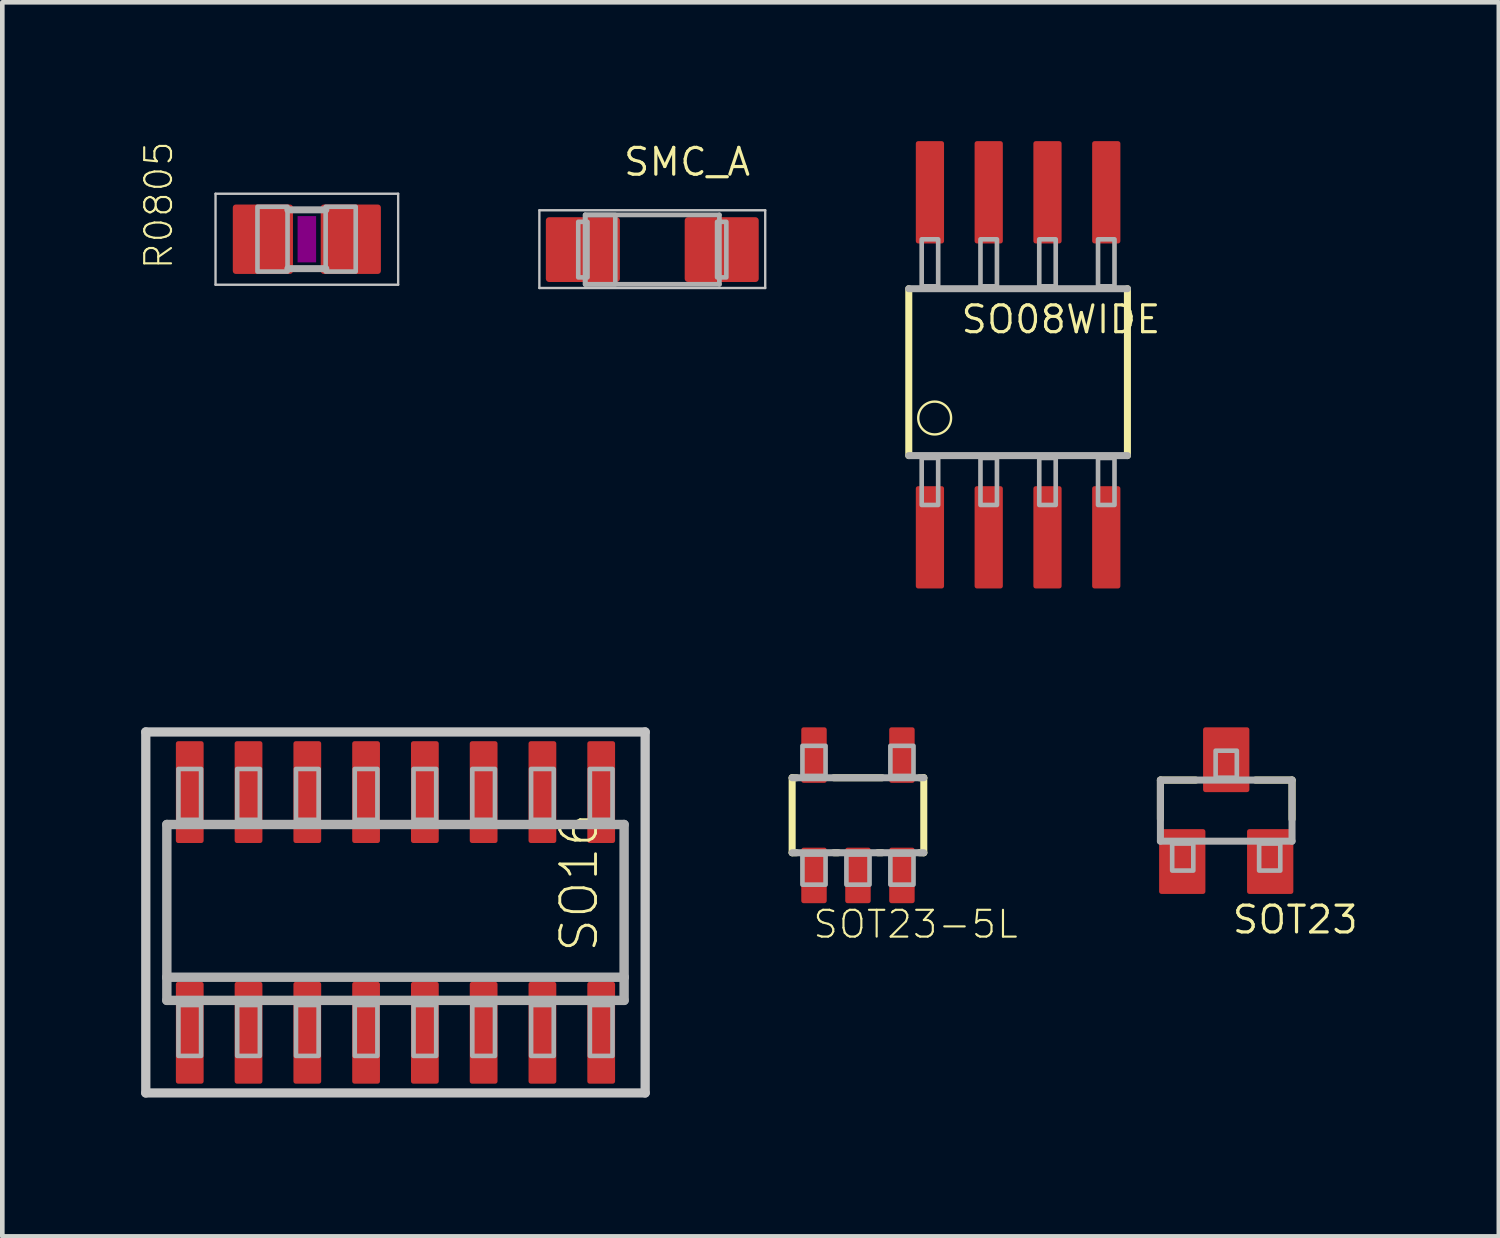
<source format=kicad_pcb>
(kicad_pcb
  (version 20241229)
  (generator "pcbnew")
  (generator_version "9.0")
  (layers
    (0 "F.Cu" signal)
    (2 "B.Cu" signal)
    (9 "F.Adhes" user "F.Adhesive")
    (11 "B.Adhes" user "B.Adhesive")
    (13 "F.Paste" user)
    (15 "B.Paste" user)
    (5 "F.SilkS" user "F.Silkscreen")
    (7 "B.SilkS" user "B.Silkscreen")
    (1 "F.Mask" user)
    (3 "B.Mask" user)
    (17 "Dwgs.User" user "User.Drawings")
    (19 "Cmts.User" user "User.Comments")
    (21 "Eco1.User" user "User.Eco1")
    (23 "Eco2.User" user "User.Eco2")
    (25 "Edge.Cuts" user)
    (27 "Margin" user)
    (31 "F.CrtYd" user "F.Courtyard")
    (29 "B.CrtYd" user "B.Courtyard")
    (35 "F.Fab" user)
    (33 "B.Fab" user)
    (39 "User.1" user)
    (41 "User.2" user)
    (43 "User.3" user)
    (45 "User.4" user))
  (footprint "SO08WIDE"
    (layer "F.Cu")
    (at 18.948 4.991)
    (property "Reference" "SO08WIDE" (at -1.27 -0.8 0) (layer "F.SilkS") (effects (font (size 0.579 0.579) (thickness 0.069)) (justify left bottom)))
    (attr through_hole)
    (fp_line (start -2.362 -1.803) (end -2.362 1.803) (stroke (width 0.152) (type solid)) (layer "F.SilkS"))
    (fp_line (start 2.362 1.803) (end 2.362 -1.803) (stroke (width 0.152) (type solid)) (layer "F.SilkS"))
    (fp_circle (center -1.803 0.991) (end -1.448 0.991) (stroke (width 0.051) (type solid)) (fill no) (layer "F.SilkS"))
    (fp_line (start -2.362 1.803) (end 2.362 1.803) (stroke (width 0.152) (type solid)) (layer "F.Fab"))
    (fp_line (start 2.362 -1.803) (end -2.362 -1.803) (stroke (width 0.152) (type solid)) (layer "F.Fab"))
    (fp_poly (pts (xy -2.083 -1.854) (xy -1.727 -1.854) (xy -1.727 -2.87) (xy -2.083 -2.87)) (stroke (width 0.1) (type solid)) (fill no) (layer "F.Fab"))
    (fp_poly (pts (xy -2.083 2.87) (xy -1.727 2.87) (xy -1.727 1.854) (xy -2.083 1.854)) (stroke (width 0.1) (type solid)) (fill no) (layer "F.Fab"))
    (fp_poly (pts (xy -0.813 -1.854) (xy -0.457 -1.854) (xy -0.457 -2.87) (xy -0.813 -2.87)) (stroke (width 0.1) (type solid)) (fill no) (layer "F.Fab"))
    (fp_poly (pts (xy -0.813 2.87) (xy -0.457 2.87) (xy -0.457 1.854) (xy -0.813 1.854)) (stroke (width 0.1) (type solid)) (fill no) (layer "F.Fab"))
    (fp_poly (pts (xy 0.457 -1.854) (xy 0.813 -1.854) (xy 0.813 -2.87) (xy 0.457 -2.87)) (stroke (width 0.1) (type solid)) (fill no) (layer "F.Fab"))
    (fp_poly (pts (xy 0.457 2.87) (xy 0.813 2.87) (xy 0.813 1.854) (xy 0.457 1.854)) (stroke (width 0.1) (type solid)) (fill no) (layer "F.Fab"))
    (fp_poly (pts (xy 1.727 -1.854) (xy 2.083 -1.854) (xy 2.083 -2.87) (xy 1.727 -2.87)) (stroke (width 0.1) (type solid)) (fill no) (layer "F.Fab"))
    (fp_poly (pts (xy 1.727 2.87) (xy 2.083 2.87) (xy 2.083 1.854) (xy 1.727 1.854)) (stroke (width 0.1) (type solid)) (fill no) (layer "F.Fab"))
    (pad "1" smd roundrect (at -1.905 3.569) (size 0.61 2.21) (layers "F.Cu" "F.Mask" "F.Paste") (roundrect_rratio 0.083))
    (pad "2" smd roundrect (at -0.635 3.569) (size 0.61 2.21) (layers "F.Cu" "F.Mask" "F.Paste") (roundrect_rratio 0.083))
    (pad "3" smd roundrect (at 0.635 3.569) (size 0.61 2.21) (layers "F.Cu" "F.Mask" "F.Paste") (roundrect_rratio 0.083))
    (pad "4" smd roundrect (at 1.905 3.569) (size 0.61 2.21) (layers "F.Cu" "F.Mask" "F.Paste") (roundrect_rratio 0.083))
    (pad "5" smd roundrect (at 1.905 -3.886) (size 0.61 2.21) (layers "F.Cu" "F.Mask" "F.Paste") (roundrect_rratio 0.083))
    (pad "6" smd roundrect (at 0.635 -3.886) (size 0.61 2.21) (layers "F.Cu" "F.Mask" "F.Paste") (roundrect_rratio 0.083))
    (pad "7" smd roundrect (at -0.635 -3.886) (size 0.61 2.21) (layers "F.Cu" "F.Mask" "F.Paste") (roundrect_rratio 0.083))
    (pad "8" smd roundrect (at -1.905 -3.886) (size 0.61 2.21) (layers "F.Cu" "F.Mask" "F.Paste") (roundrect_rratio 0.083)))
  (footprint "SOT23"
    (layer "F.Cu")
    (at 23.445 14.465)
    (property "Reference" "SOT23" (at 0.095 2.695 0) (layer "F.SilkS") (effects (font (size 0.579 0.579) (thickness 0.069)) (justify left bottom)))
    (attr through_hole)
    (fp_line (start -1.422 -0.66) (end -0.658 -0.66) (stroke (width 0.152) (type solid)) (layer "F.SilkS"))
    (fp_line (start -1.422 0.185) (end -1.422 -0.66) (stroke (width 0.152) (type solid)) (layer "F.SilkS"))
    (fp_line (start 0.633 -0.66) (end 1.422 -0.66) (stroke (width 0.152) (type solid)) (layer "F.SilkS"))
    (fp_line (start 1.422 -0.66) (end 1.422 0.185) (stroke (width 0.152) (type solid)) (layer "F.SilkS"))
    (fp_line (start -1.422 -0.66) (end 1.422 -0.66) (stroke (width 0.152) (type solid)) (layer "F.Fab"))
    (fp_line (start -1.422 0.66) (end -1.422 -0.66) (stroke (width 0.152) (type solid)) (layer "F.Fab"))
    (fp_line (start 1.422 -0.66) (end 1.422 0.66) (stroke (width 0.152) (type solid)) (layer "F.Fab"))
    (fp_line (start 1.422 0.66) (end -1.422 0.66) (stroke (width 0.152) (type solid)) (layer "F.Fab"))
    (fp_poly (pts (xy -1.168 1.295) (xy -0.711 1.295) (xy -0.711 0.711) (xy -1.168 0.711)) (stroke (width 0.1) (type solid)) (fill no) (layer "F.Fab"))
    (fp_poly (pts (xy -0.229 -0.711) (xy 0.229 -0.711) (xy 0.229 -1.295) (xy -0.229 -1.295)) (stroke (width 0.1) (type solid)) (fill no) (layer "F.Fab"))
    (fp_poly (pts (xy 0.711 1.295) (xy 1.168 1.295) (xy 1.168 0.711) (xy 0.711 0.711)) (stroke (width 0.1) (type solid)) (fill no) (layer "F.Fab"))
    (pad "1" smd roundrect (at -0.95 1.1) (size 1 1.4) (layers "F.Cu" "F.Mask" "F.Paste") (roundrect_rratio 0.051))
    (pad "2" smd roundrect (at 0.95 1.1) (size 1 1.4) (layers "F.Cu" "F.Mask" "F.Paste") (roundrect_rratio 0.051))
    (pad "3" smd roundrect (at 0 -1.1) (size 1 1.4) (layers "F.Cu" "F.Mask" "F.Paste") (roundrect_rratio 0.051)))
  (footprint "SO16"
    (layer "F.Cu")
    (at 5.495 16.665)
    (property "Reference" "SO16" (at 4.42 0.905 90) (layer "F.SilkS") (effects (font (size 0.772 0.772) (thickness 0.062)) (justify left bottom)))
    (attr through_hole)
    (fp_line (start -5.395 -3.9) (end 5.395 -3.9) (stroke (width 0.2) (type solid)) (layer "Dwgs.User"))
    (fp_line (start -5.395 3.9) (end -5.395 -3.9) (stroke (width 0.2) (type solid)) (layer "Dwgs.User"))
    (fp_line (start 5.395 -3.9) (end 5.395 3.9) (stroke (width 0.2) (type solid)) (layer "Dwgs.User"))
    (fp_line (start 5.395 3.9) (end -5.395 3.9) (stroke (width 0.2) (type solid)) (layer "Dwgs.User"))
    (fp_line (start -4.94 -1.9) (end 4.94 -1.9) (stroke (width 0.203) (type solid)) (layer "F.Fab"))
    (fp_line (start -4.94 1.4) (end -4.94 -1.9) (stroke (width 0.203) (type solid)) (layer "F.Fab"))
    (fp_line (start -4.94 1.9) (end -4.94 1.4) (stroke (width 0.203) (type solid)) (layer "F.Fab"))
    (fp_line (start 4.94 -1.9) (end 4.94 1.4) (stroke (width 0.203) (type solid)) (layer "F.Fab"))
    (fp_line (start 4.94 1.4) (end -4.94 1.4) (stroke (width 0.203) (type solid)) (layer "F.Fab"))
    (fp_line (start 4.94 1.4) (end 4.94 1.9) (stroke (width 0.203) (type solid)) (layer "F.Fab"))
    (fp_line (start 4.94 1.9) (end -4.94 1.9) (stroke (width 0.203) (type solid)) (layer "F.Fab"))
    (fp_poly (pts (xy -4.69 -2) (xy -4.2 -2) (xy -4.2 -3.1) (xy -4.69 -3.1)) (stroke (width 0.1) (type solid)) (fill no) (layer "F.Fab"))
    (fp_poly (pts (xy -4.69 3.1) (xy -4.2 3.1) (xy -4.2 2) (xy -4.69 2)) (stroke (width 0.1) (type solid)) (fill no) (layer "F.Fab"))
    (fp_poly (pts (xy -3.42 -2) (xy -2.93 -2) (xy -2.93 -3.1) (xy -3.42 -3.1)) (stroke (width 0.1) (type solid)) (fill no) (layer "F.Fab"))
    (fp_poly (pts (xy -3.42 3.1) (xy -2.93 3.1) (xy -2.93 2) (xy -3.42 2)) (stroke (width 0.1) (type solid)) (fill no) (layer "F.Fab"))
    (fp_poly (pts (xy -2.15 -2) (xy -1.66 -2) (xy -1.66 -3.1) (xy -2.15 -3.1)) (stroke (width 0.1) (type solid)) (fill no) (layer "F.Fab"))
    (fp_poly (pts (xy -2.15 3.1) (xy -1.66 3.1) (xy -1.66 2) (xy -2.15 2)) (stroke (width 0.1) (type solid)) (fill no) (layer "F.Fab"))
    (fp_poly (pts (xy -0.88 -2) (xy -0.39 -2) (xy -0.39 -3.1) (xy -0.88 -3.1)) (stroke (width 0.1) (type solid)) (fill no) (layer "F.Fab"))
    (fp_poly (pts (xy -0.88 3.1) (xy -0.39 3.1) (xy -0.39 2) (xy -0.88 2)) (stroke (width 0.1) (type solid)) (fill no) (layer "F.Fab"))
    (fp_poly (pts (xy 0.39 -2) (xy 0.88 -2) (xy 0.88 -3.1) (xy 0.39 -3.1)) (stroke (width 0.1) (type solid)) (fill no) (layer "F.Fab"))
    (fp_poly (pts (xy 0.39 3.1) (xy 0.88 3.1) (xy 0.88 2) (xy 0.39 2)) (stroke (width 0.1) (type solid)) (fill no) (layer "F.Fab"))
    (fp_poly (pts (xy 1.66 -2) (xy 2.15 -2) (xy 2.15 -3.1) (xy 1.66 -3.1)) (stroke (width 0.1) (type solid)) (fill no) (layer "F.Fab"))
    (fp_poly (pts (xy 1.66 3.1) (xy 2.15 3.1) (xy 2.15 2) (xy 1.66 2)) (stroke (width 0.1) (type solid)) (fill no) (layer "F.Fab"))
    (fp_poly (pts (xy 2.93 -2) (xy 3.42 -2) (xy 3.42 -3.1) (xy 2.93 -3.1)) (stroke (width 0.1) (type solid)) (fill no) (layer "F.Fab"))
    (fp_poly (pts (xy 2.93 3.1) (xy 3.42 3.1) (xy 3.42 2) (xy 2.93 2)) (stroke (width 0.1) (type solid)) (fill no) (layer "F.Fab"))
    (fp_poly (pts (xy 4.2 -2) (xy 4.69 -2) (xy 4.69 -3.1) (xy 4.2 -3.1)) (stroke (width 0.1) (type solid)) (fill no) (layer "F.Fab"))
    (fp_poly (pts (xy 4.2 3.1) (xy 4.69 3.1) (xy 4.69 2) (xy 4.2 2)) (stroke (width 0.1) (type solid)) (fill no) (layer "F.Fab"))
    (pad "1" smd roundrect (at -4.445 2.6) (size 0.6 2.2) (layers "F.Cu" "F.Mask" "F.Paste") (roundrect_rratio 0.085))
    (pad "2" smd roundrect (at -3.175 2.6) (size 0.6 2.2) (layers "F.Cu" "F.Mask" "F.Paste") (roundrect_rratio 0.085))
    (pad "3" smd roundrect (at -1.905 2.6) (size 0.6 2.2) (layers "F.Cu" "F.Mask" "F.Paste") (roundrect_rratio 0.085))
    (pad "4" smd roundrect (at -0.635 2.6) (size 0.6 2.2) (layers "F.Cu" "F.Mask" "F.Paste") (roundrect_rratio 0.085))
    (pad "5" smd roundrect (at 0.635 2.6) (size 0.6 2.2) (layers "F.Cu" "F.Mask" "F.Paste") (roundrect_rratio 0.085))
    (pad "6" smd roundrect (at 1.905 2.6) (size 0.6 2.2) (layers "F.Cu" "F.Mask" "F.Paste") (roundrect_rratio 0.085))
    (pad "7" smd roundrect (at 3.175 2.6) (size 0.6 2.2) (layers "F.Cu" "F.Mask" "F.Paste") (roundrect_rratio 0.085))
    (pad "8" smd roundrect (at 4.445 2.6) (size 0.6 2.2) (layers "F.Cu" "F.Mask" "F.Paste") (roundrect_rratio 0.085))
    (pad "9" smd roundrect (at 4.445 -2.6) (size 0.6 2.2) (layers "F.Cu" "F.Mask" "F.Paste") (roundrect_rratio 0.085))
    (pad "10" smd roundrect (at 3.175 -2.6) (size 0.6 2.2) (layers "F.Cu" "F.Mask" "F.Paste") (roundrect_rratio 0.085))
    (pad "11" smd roundrect (at 1.905 -2.6) (size 0.6 2.2) (layers "F.Cu" "F.Mask" "F.Paste") (roundrect_rratio 0.085))
    (pad "12" smd roundrect (at 0.635 -2.6) (size 0.6 2.2) (layers "F.Cu" "F.Mask" "F.Paste") (roundrect_rratio 0.085))
    (pad "13" smd roundrect (at -0.635 -2.6) (size 0.6 2.2) (layers "F.Cu" "F.Mask" "F.Paste") (roundrect_rratio 0.085))
    (pad "14" smd roundrect (at -1.905 -2.6) (size 0.6 2.2) (layers "F.Cu" "F.Mask" "F.Paste") (roundrect_rratio 0.085))
    (pad "15" smd roundrect (at -3.175 -2.6) (size 0.6 2.2) (layers "F.Cu" "F.Mask" "F.Paste") (roundrect_rratio 0.085))
    (pad "16" smd roundrect (at -4.445 -2.6) (size 0.6 2.2) (layers "F.Cu" "F.Mask" "F.Paste") (roundrect_rratio 0.085)))
  (footprint "SOT23-5L"
    (layer "F.Cu")
    (at 15.488 14.565)
    (property "Reference" "SOT23-5L" (at -1.005 2.695 180) (layer "F.SilkS") (effects (font (size 0.579 0.579) (thickness 0.046)) (justify left bottom)))
    (attr through_hole)
    (fp_line (start -1.422 -0.81) (end -1.328 -0.81) (stroke (width 0.152) (type solid)) (layer "F.SilkS"))
    (fp_line (start -1.422 0.81) (end -1.422 -0.81) (stroke (width 0.152) (type solid)) (layer "F.SilkS"))
    (fp_line (start -1.328 0.81) (end -1.422 0.81) (stroke (width 0.152) (type solid)) (layer "F.SilkS"))
    (fp_line (start -0.522 -0.81) (end 0.522 -0.81) (stroke (width 0.152) (type solid)) (layer "F.SilkS"))
    (fp_line (start -0.428 0.81) (end -0.522 0.81) (stroke (width 0.152) (type solid)) (layer "F.SilkS"))
    (fp_line (start 0.522 0.81) (end 0.428 0.81) (stroke (width 0.152) (type solid)) (layer "F.SilkS"))
    (fp_line (start 1.328 -0.81) (end 1.422 -0.81) (stroke (width 0.152) (type solid)) (layer "F.SilkS"))
    (fp_line (start 1.422 -0.81) (end 1.422 0.81) (stroke (width 0.152) (type solid)) (layer "F.SilkS"))
    (fp_line (start 1.422 0.81) (end 1.328 0.81) (stroke (width 0.152) (type solid)) (layer "F.SilkS"))
    (fp_line (start -1.422 -0.81) (end 1.422 -0.81) (stroke (width 0.152) (type solid)) (layer "F.Fab"))
    (fp_line (start 1.422 0.81) (end -1.422 0.81) (stroke (width 0.152) (type solid)) (layer "F.Fab"))
    (fp_poly (pts (xy -1.2 -0.85) (xy -0.7 -0.85) (xy -0.7 -1.5) (xy -1.2 -1.5)) (stroke (width 0.1) (type solid)) (fill no) (layer "F.Fab"))
    (fp_poly (pts (xy -1.2 1.5) (xy -0.7 1.5) (xy -0.7 0.85) (xy -1.2 0.85)) (stroke (width 0.1) (type solid)) (fill no) (layer "F.Fab"))
    (fp_poly (pts (xy -0.25 1.5) (xy 0.25 1.5) (xy 0.25 0.85) (xy -0.25 0.85)) (stroke (width 0.1) (type solid)) (fill no) (layer "F.Fab"))
    (fp_poly (pts (xy 0.7 -0.85) (xy 1.2 -0.85) (xy 1.2 -1.5) (xy 0.7 -1.5)) (stroke (width 0.1) (type solid)) (fill no) (layer "F.Fab"))
    (fp_poly (pts (xy 0.7 1.5) (xy 1.2 1.5) (xy 1.2 0.85) (xy 0.7 0.85)) (stroke (width 0.1) (type solid)) (fill no) (layer "F.Fab"))
    (pad "1" smd roundrect (at -0.95 1.3) (size 0.55 1.2) (layers "F.Cu" "F.Mask" "F.Paste") (roundrect_rratio 0.092))
    (pad "2" smd roundrect (at 0 1.3) (size 0.55 1.2) (layers "F.Cu" "F.Mask" "F.Paste") (roundrect_rratio 0.092))
    (pad "3" smd roundrect (at 0.95 1.3) (size 0.55 1.2) (layers "F.Cu" "F.Mask" "F.Paste") (roundrect_rratio 0.092))
    (pad "4" smd roundrect (at 0.95 -1.3) (size 0.55 1.2) (layers "F.Cu" "F.Mask" "F.Paste") (roundrect_rratio 0.092))
    (pad "5" smd roundrect (at -0.95 -1.3) (size 0.55 1.2) (layers "F.Cu" "F.Mask" "F.Paste") (roundrect_rratio 0.092)))
  (footprint "SMC_A"
    (layer "F.Cu")
    (at 11.044 2.343)
    (property "Reference" "SMC_A" (at -0.658 -1.555 0) (layer "F.SilkS") (effects (font (size 0.579 0.579) (thickness 0.069)) (justify left bottom)))
    (attr through_hole)
    (fp_line (start -2.44 -0.85) (end 2.44 -0.85) (stroke (width 0.051) (type solid)) (layer "Dwgs.User"))
    (fp_line (start -2.44 0.83) (end -2.44 -0.85) (stroke (width 0.051) (type solid)) (layer "Dwgs.User"))
    (fp_line (start 2.44 -0.85) (end 2.44 0.83) (stroke (width 0.051) (type solid)) (layer "Dwgs.User"))
    (fp_line (start 2.44 0.83) (end -2.44 0.83) (stroke (width 0.051) (type solid)) (layer "Dwgs.User"))
    (fp_line (start -1.45 -0.75) (end 1.45 -0.75) (stroke (width 0.102) (type solid)) (layer "F.Fab"))
    (fp_line (start -1.45 0.75) (end -1.45 -0.75) (stroke (width 0.102) (type solid)) (layer "F.Fab"))
    (fp_line (start 1.45 -0.75) (end 1.45 0.75) (stroke (width 0.102) (type solid)) (layer "F.Fab"))
    (fp_line (start 1.45 0.75) (end -1.45 0.75) (stroke (width 0.102) (type solid)) (layer "F.Fab"))
    (fp_poly (pts (xy -1.6 0.6) (xy -1.4 0.6) (xy -1.4 -0.6) (xy -1.6 -0.6)) (stroke (width 0.1) (type solid)) (fill no) (layer "F.Fab"))
    (fp_poly (pts (xy -1.45 0.75) (xy -0.8 0.75) (xy -0.8 -0.75) (xy -1.45 -0.75)) (stroke (width 0.1) (type solid)) (fill no) (layer "F.Fab"))
    (fp_poly (pts (xy 1.6 -0.6) (xy 1.4 -0.6) (xy 1.4 0.6) (xy 1.6 0.6)) (stroke (width 0.1) (type solid)) (fill no) (layer "F.Fab"))
    (pad "+" smd roundrect (at -1.5 0) (size 1.6 1.4) (layers "F.Cu" "F.Mask" "F.Paste") (roundrect_rratio 0.05))
    (pad "-" smd roundrect (at 1.5 0 180) (size 1.6 1.4) (layers "F.Cu" "F.Mask" "F.Paste") (roundrect_rratio 0.05)))
  (footprint "R0805"
    (layer "F.Cu")
    (at 3.58 2.119)
    (property "Reference" "R0805" (at -2.862 0.689 90) (layer "F.SilkS") (effects (font (size 0.579 0.579) (thickness 0.046)) (justify left bottom)))
    (attr through_hole)
    (fp_poly (pts (xy -0.2 0.5) (xy 0.2 0.5) (xy 0.2 -0.5) (xy -0.2 -0.5)) (stroke (width 0) (type solid)) (fill yes) (layer "F.Adhes"))
    (fp_line (start -1.973 -0.983) (end 1.973 -0.983) (stroke (width 0.051) (type solid)) (layer "Dwgs.User"))
    (fp_line (start -1.973 0.983) (end -1.973 -0.983) (stroke (width 0.051) (type solid)) (layer "Dwgs.User"))
    (fp_line (start 1.973 -0.983) (end 1.973 0.983) (stroke (width 0.051) (type solid)) (layer "Dwgs.User"))
    (fp_line (start 1.973 0.983) (end -1.973 0.983) (stroke (width 0.051) (type solid)) (layer "Dwgs.User"))
    (fp_line (start -0.41 -0.635) (end 0.41 -0.635) (stroke (width 0.152) (type solid)) (layer "F.Fab"))
    (fp_line (start -0.41 0.635) (end 0.41 0.635) (stroke (width 0.152) (type solid)) (layer "F.Fab"))
    (fp_poly (pts (xy -1.067 0.699) (xy -0.417 0.699) (xy -0.417 -0.702) (xy -1.067 -0.702)) (stroke (width 0.1) (type solid)) (fill no) (layer "F.Fab"))
    (fp_poly (pts (xy 0.406 0.699) (xy 1.056 0.699) (xy 1.056 -0.702) (xy 0.406 -0.702)) (stroke (width 0.1) (type solid)) (fill no) (layer "F.Fab"))
    (pad "1" smd roundrect (at -0.95 0) (size 1.3 1.5) (layers "F.Cu" "F.Mask" "F.Paste") (roundrect_rratio 0.05))
    (pad "2" smd roundrect (at 0.95 0) (size 1.3 1.5) (layers "F.Cu" "F.Mask" "F.Paste") (roundrect_rratio 0.05)))
  (gr_rect
    (start -3 -3)
    (end 29.335 23.665)
    (stroke (width 0.1) (type default))
    (fill no)
    (layer "Edge.Cuts")))
</source>
